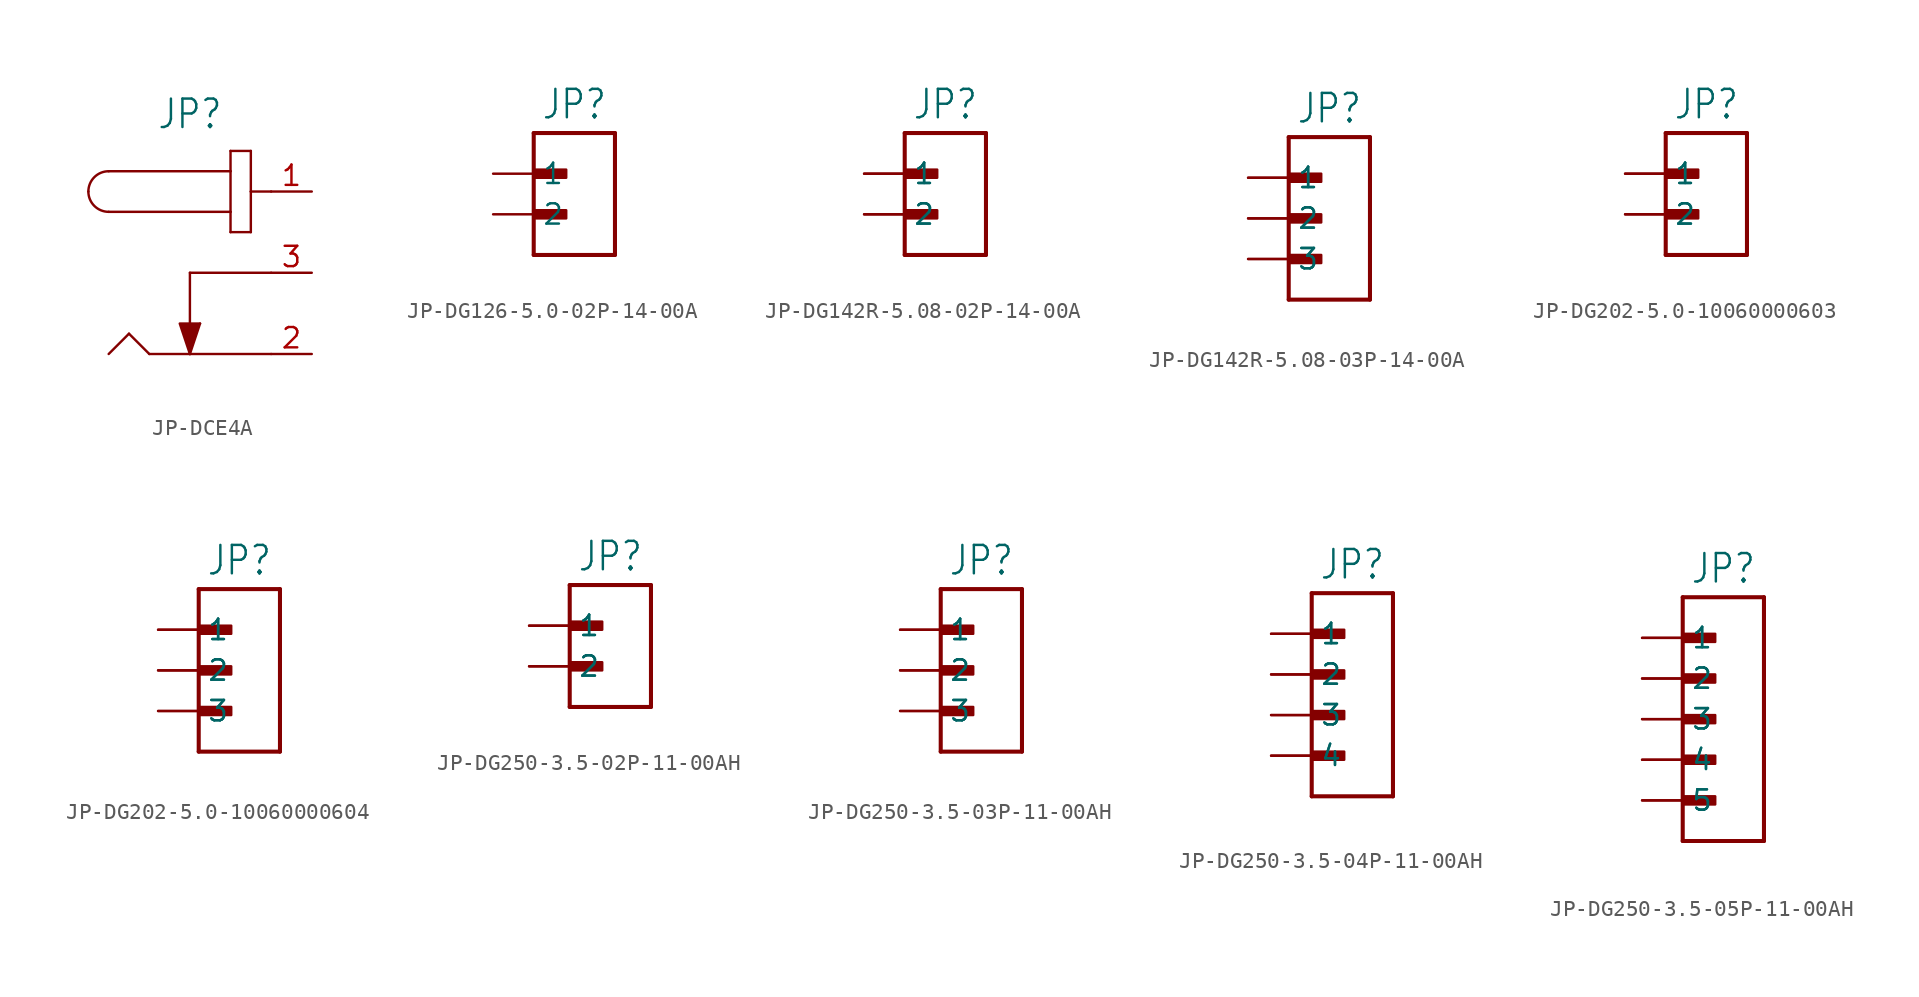
<source format=kicad_sym>
(kicad_symbol_lib
  (version 20231120)
  (generator "kicad_symbol_editor")
  (generator_version "8.0")
  (symbol "JP-DCE4A"
    (property "Reference" "JP"
      (at 0 8.89 0)
      (effects (font (size 1.778 1.511)) (justify bottom)))
    (property "Value" ""
      (at 0 -6.35 0)
      (effects (font (size 1.778 1.511)) (justify top)))
    (property "ki_locked" ""
      (at 0 0 0)
      (effects (font (size 1.27 1.27))))
    (symbol "JP-DCE4A_1_0"
      (arc (start -6.35 5.08) (mid -5.978 4.182) (end -5.08 3.81) (stroke (width 0.1524) (type solid)) (fill (type none)))
      (arc (start -5.08 6.35) (mid -5.978 5.978) (end -6.35 5.08) (stroke (width 0.1524) (type solid)) (fill (type none)))
      (polyline (pts (xy -5.08 3.81) (xy 2.54 3.81)) (stroke (width 0.152) (type solid)) (fill (type none)))
      (polyline (pts (xy -3.81 -3.81) (xy -5.08 -5.08)) (stroke (width 0.152) (type solid)) (fill (type none)))
      (polyline (pts (xy -2.54 -5.08) (xy -3.81 -3.81)) (stroke (width 0.152) (type solid)) (fill (type none)))
      (polyline (pts (xy 0 -5.08) (xy -2.54 -5.08)) (stroke (width 0.152) (type solid)) (fill (type none)))
      (polyline (pts (xy 0 -5.08) (xy 0.635 -3.175)) (stroke (width 0.152) (type solid)) (fill (type none)))
      (polyline (pts (xy 0 0) (xy 0 -5.08)) (stroke (width 0.152) (type solid)) (fill (type none)))
      (polyline (pts (xy 2.54 2.54) (xy 3.81 2.54)) (stroke (width 0.152) (type solid)) (fill (type none)))
      (polyline (pts (xy 2.54 3.81) (xy 2.54 2.54)) (stroke (width 0.152) (type solid)) (fill (type none)))
      (polyline (pts (xy 2.54 6.35) (xy -5.08 6.35)) (stroke (width 0.152) (type solid)) (fill (type none)))
      (polyline (pts (xy 2.54 6.35) (xy 2.54 3.81)) (stroke (width 0.152) (type solid)) (fill (type none)))
      (polyline (pts (xy 2.54 7.62) (xy 2.54 6.35)) (stroke (width 0.152) (type solid)) (fill (type none)))
      (polyline (pts (xy 3.81 2.54) (xy 3.81 5.08)) (stroke (width 0.152) (type solid)) (fill (type none)))
      (polyline (pts (xy 3.81 5.08) (xy 3.81 7.62)) (stroke (width 0.152) (type solid)) (fill (type none)))
      (polyline (pts (xy 3.81 7.62) (xy 2.54 7.62)) (stroke (width 0.152) (type solid)) (fill (type none)))
      (polyline (pts (xy 5.08 -5.08) (xy 0 -5.08)) (stroke (width 0.152) (type solid)) (fill (type none)))
      (polyline (pts (xy 5.08 0) (xy 0 0)) (stroke (width 0.152) (type solid)) (fill (type none)))
      (polyline (pts (xy 5.08 5.08) (xy 3.81 5.08)) (stroke (width 0.152) (type solid)) (fill (type none)))
      (polyline (pts (xy 0 -5.08) (xy -0.635 -3.175) (xy 0.635 -3.175)) (stroke (width 0.152) (type solid)) (fill (type outline)))
      (pin passive line (at 7.62 5.08 180) (length 2.54) (name "1" (effects (font (size 0 0)))) (number "1" (effects (font (size 1.27 1.27)))))
      (pin passive line (at 7.62 -5.08 180) (length 2.54) (name "2" (effects (font (size 0 0)))) (number "2" (effects (font (size 1.27 1.27)))))
      (pin passive line (at 7.62 0 180) (length 2.54) (name "3" (effects (font (size 0 0)))) (number "3" (effects (font (size 1.27 1.27)))))))
  (symbol "JP-DG126-5.0-02P-14-00A"
    (property "Reference" "JP"
      (at 0 3.302 0)
      (effects (font (size 1.778 1.511)) (justify bottom)))
    (property "Value" ""
      (at 0 -5.842 0)
      (effects (font (size 1.778 1.511)) (justify top)))
    (property "ki_locked" ""
      (at 0 0 0)
      (effects (font (size 1.27 1.27))))
    (symbol "JP-DG126-5.0-02P-14-00A_1_0"
      (rectangle (start -2.54 -2.794) (end -0.508 -2.286) (stroke (width 0) (type default)) (fill (type outline)))
      (rectangle (start -2.54 -0.254) (end -0.508 0.254) (stroke (width 0) (type default)) (fill (type outline)))
      (polyline (pts (xy -2.54 -5.08) (xy -2.54 2.54)) (stroke (width 0.254) (type solid)) (fill (type none)))
      (polyline (pts (xy -2.54 2.54) (xy 2.54 2.54)) (stroke (width 0.254) (type solid)) (fill (type none)))
      (polyline (pts (xy 2.54 -5.08) (xy -2.54 -5.08)) (stroke (width 0.254) (type solid)) (fill (type none)))
      (polyline (pts (xy 2.54 2.54) (xy 2.54 -5.08)) (stroke (width 0.254) (type solid)) (fill (type none)))
      (pin passive line (at -5.08 0 0) (length 2.54) (name "1" (effects (font (size 1.27 1.27)))) (number "1" (effects (font (size 0 0)))))
      (pin passive line (at -5.08 -2.54 0) (length 2.54) (name "2" (effects (font (size 1.27 1.27)))) (number "2" (effects (font (size 0 0)))))))
  (symbol "JP-DG142R-5.08-02P-14-00A"
    (property "Reference" "JP"
      (at 0 3.302 0)
      (effects (font (size 1.778 1.511)) (justify bottom)))
    (property "Value" ""
      (at 0 -5.842 0)
      (effects (font (size 1.778 1.511)) (justify top)))
    (property "ki_locked" ""
      (at 0 0 0)
      (effects (font (size 1.27 1.27))))
    (symbol "JP-DG142R-5.08-02P-14-00A_1_0"
      (rectangle (start -2.54 -2.794) (end -0.508 -2.286) (stroke (width 0) (type default)) (fill (type outline)))
      (rectangle (start -2.54 -0.254) (end -0.508 0.254) (stroke (width 0) (type default)) (fill (type outline)))
      (polyline (pts (xy -2.54 -5.08) (xy -2.54 2.54)) (stroke (width 0.254) (type solid)) (fill (type none)))
      (polyline (pts (xy -2.54 2.54) (xy 2.54 2.54)) (stroke (width 0.254) (type solid)) (fill (type none)))
      (polyline (pts (xy 2.54 -5.08) (xy -2.54 -5.08)) (stroke (width 0.254) (type solid)) (fill (type none)))
      (polyline (pts (xy 2.54 2.54) (xy 2.54 -5.08)) (stroke (width 0.254) (type solid)) (fill (type none)))
      (pin passive line (at -5.08 0 0) (length 2.54) (name "1" (effects (font (size 1.27 1.27)))) (number "1" (effects (font (size 0 0)))))
      (pin passive line (at -5.08 0 0) (length 2.54) (name "1" (effects (font (size 1.27 1.27)))) (number "2" (effects (font (size 0 0)))))
      (pin passive line (at -5.08 -2.54 0) (length 2.54) (name "2" (effects (font (size 1.27 1.27)))) (number "3" (effects (font (size 0 0)))))
      (pin passive line (at -5.08 -2.54 0) (length 2.54) (name "2" (effects (font (size 1.27 1.27)))) (number "4" (effects (font (size 0 0)))))))
  (symbol "JP-DG142R-5.08-03P-14-00A"
    (property "Reference" "JP"
      (at 0 5.842 0)
      (effects (font (size 1.778 1.511)) (justify bottom)))
    (property "Value" ""
      (at 0 -5.842 0)
      (effects (font (size 1.778 1.511)) (justify top)))
    (property "ki_locked" ""
      (at 0 0 0)
      (effects (font (size 1.27 1.27))))
    (symbol "JP-DG142R-5.08-03P-14-00A_1_0"
      (rectangle (start -2.54 -2.794) (end -0.508 -2.286) (stroke (width 0) (type default)) (fill (type outline)))
      (rectangle (start -2.54 -0.254) (end -0.508 0.254) (stroke (width 0) (type default)) (fill (type outline)))
      (rectangle (start -2.54 2.286) (end -0.508 2.794) (stroke (width 0) (type default)) (fill (type outline)))
      (polyline (pts (xy -2.54 -5.08) (xy -2.54 5.08)) (stroke (width 0.254) (type solid)) (fill (type none)))
      (polyline (pts (xy -2.54 5.08) (xy 2.54 5.08)) (stroke (width 0.254) (type solid)) (fill (type none)))
      (polyline (pts (xy 2.54 -5.08) (xy -2.54 -5.08)) (stroke (width 0.254) (type solid)) (fill (type none)))
      (polyline (pts (xy 2.54 5.08) (xy 2.54 -5.08)) (stroke (width 0.254) (type solid)) (fill (type none)))
      (pin passive line (at -5.08 2.54 0) (length 2.54) (name "1" (effects (font (size 1.27 1.27)))) (number "1" (effects (font (size 0 0)))))
      (pin passive line (at -5.08 2.54 0) (length 2.54) (name "1" (effects (font (size 1.27 1.27)))) (number "2" (effects (font (size 0 0)))))
      (pin passive line (at -5.08 0 0) (length 2.54) (name "2" (effects (font (size 1.27 1.27)))) (number "3" (effects (font (size 0 0)))))
      (pin passive line (at -5.08 0 0) (length 2.54) (name "2" (effects (font (size 1.27 1.27)))) (number "4" (effects (font (size 0 0)))))
      (pin passive line (at -5.08 -2.54 0) (length 2.54) (name "3" (effects (font (size 1.27 1.27)))) (number "5" (effects (font (size 0 0)))))
      (pin passive line (at -5.08 -2.54 0) (length 2.54) (name "3" (effects (font (size 1.27 1.27)))) (number "6" (effects (font (size 0 0)))))))
  (symbol "JP-DG202-5.0-10060000603"
    (property "Reference" "JP"
      (at 0 3.302 0)
      (effects (font (size 1.778 1.511)) (justify bottom)))
    (property "Value" ""
      (at 0 -5.842 0)
      (effects (font (size 1.778 1.511)) (justify top)))
    (property "ki_locked" ""
      (at 0 0 0)
      (effects (font (size 1.27 1.27))))
    (symbol "JP-DG202-5.0-10060000603_1_0"
      (rectangle (start -2.54 -2.794) (end -0.508 -2.286) (stroke (width 0) (type default)) (fill (type outline)))
      (rectangle (start -2.54 -0.254) (end -0.508 0.254) (stroke (width 0) (type default)) (fill (type outline)))
      (polyline (pts (xy -2.54 -5.08) (xy -2.54 2.54)) (stroke (width 0.254) (type solid)) (fill (type none)))
      (polyline (pts (xy -2.54 2.54) (xy 2.54 2.54)) (stroke (width 0.254) (type solid)) (fill (type none)))
      (polyline (pts (xy 2.54 -5.08) (xy -2.54 -5.08)) (stroke (width 0.254) (type solid)) (fill (type none)))
      (polyline (pts (xy 2.54 2.54) (xy 2.54 -5.08)) (stroke (width 0.254) (type solid)) (fill (type none)))
      (pin passive line (at -5.08 0 0) (length 2.54) (name "1" (effects (font (size 1.27 1.27)))) (number "1" (effects (font (size 0 0)))))
      (pin passive line (at -5.08 0 0) (length 2.54) (name "1" (effects (font (size 1.27 1.27)))) (number "2" (effects (font (size 0 0)))))
      (pin passive line (at -5.08 -2.54 0) (length 2.54) (name "2" (effects (font (size 1.27 1.27)))) (number "3" (effects (font (size 0 0)))))
      (pin passive line (at -5.08 -2.54 0) (length 2.54) (name "2" (effects (font (size 1.27 1.27)))) (number "4" (effects (font (size 0 0)))))))
  (symbol "JP-DG202-5.0-10060000604"
    (property "Reference" "JP"
      (at 0 5.842 0)
      (effects (font (size 1.778 1.511)) (justify bottom)))
    (property "Value" ""
      (at 0 -5.842 0)
      (effects (font (size 1.778 1.511)) (justify top)))
    (property "ki_locked" ""
      (at 0 0 0)
      (effects (font (size 1.27 1.27))))
    (symbol "JP-DG202-5.0-10060000604_1_0"
      (rectangle (start -2.54 -2.794) (end -0.508 -2.286) (stroke (width 0) (type default)) (fill (type outline)))
      (rectangle (start -2.54 -0.254) (end -0.508 0.254) (stroke (width 0) (type default)) (fill (type outline)))
      (rectangle (start -2.54 2.286) (end -0.508 2.794) (stroke (width 0) (type default)) (fill (type outline)))
      (polyline (pts (xy -2.54 -5.08) (xy -2.54 5.08)) (stroke (width 0.254) (type solid)) (fill (type none)))
      (polyline (pts (xy -2.54 5.08) (xy 2.54 5.08)) (stroke (width 0.254) (type solid)) (fill (type none)))
      (polyline (pts (xy 2.54 -5.08) (xy -2.54 -5.08)) (stroke (width 0.254) (type solid)) (fill (type none)))
      (polyline (pts (xy 2.54 5.08) (xy 2.54 -5.08)) (stroke (width 0.254) (type solid)) (fill (type none)))
      (pin passive line (at -5.08 2.54 0) (length 2.54) (name "1" (effects (font (size 1.27 1.27)))) (number "1" (effects (font (size 0 0)))))
      (pin passive line (at -5.08 2.54 0) (length 2.54) (name "1" (effects (font (size 1.27 1.27)))) (number "2" (effects (font (size 0 0)))))
      (pin passive line (at -5.08 0 0) (length 2.54) (name "2" (effects (font (size 1.27 1.27)))) (number "3" (effects (font (size 0 0)))))
      (pin passive line (at -5.08 0 0) (length 2.54) (name "2" (effects (font (size 1.27 1.27)))) (number "4" (effects (font (size 0 0)))))
      (pin passive line (at -5.08 -2.54 0) (length 2.54) (name "3" (effects (font (size 1.27 1.27)))) (number "5" (effects (font (size 0 0)))))
      (pin passive line (at -5.08 -2.54 0) (length 2.54) (name "3" (effects (font (size 1.27 1.27)))) (number "6" (effects (font (size 0 0)))))))
  (symbol "JP-DG250-3.5-02P-11-00AH"
    (property "Reference" "JP"
      (at 0 3.302 0)
      (effects (font (size 1.778 1.511)) (justify bottom)))
    (property "Value" ""
      (at 0 -5.842 0)
      (effects (font (size 1.778 1.511)) (justify top)))
    (property "ki_locked" ""
      (at 0 0 0)
      (effects (font (size 1.27 1.27))))
    (symbol "JP-DG250-3.5-02P-11-00AH_1_0"
      (rectangle (start -2.54 -2.794) (end -0.508 -2.286) (stroke (width 0) (type default)) (fill (type outline)))
      (rectangle (start -2.54 -0.254) (end -0.508 0.254) (stroke (width 0) (type default)) (fill (type outline)))
      (polyline (pts (xy -2.54 -5.08) (xy -2.54 2.54)) (stroke (width 0.254) (type solid)) (fill (type none)))
      (polyline (pts (xy -2.54 2.54) (xy 2.54 2.54)) (stroke (width 0.254) (type solid)) (fill (type none)))
      (polyline (pts (xy 2.54 -5.08) (xy -2.54 -5.08)) (stroke (width 0.254) (type solid)) (fill (type none)))
      (polyline (pts (xy 2.54 2.54) (xy 2.54 -5.08)) (stroke (width 0.254) (type solid)) (fill (type none)))
      (pin passive line (at -5.08 0 0) (length 2.54) (name "1" (effects (font (size 1.27 1.27)))) (number "1A" (effects (font (size 0 0)))))
      (pin passive line (at -5.08 0 0) (length 2.54) (name "1" (effects (font (size 1.27 1.27)))) (number "1B" (effects (font (size 0 0)))))
      (pin passive line (at -5.08 -2.54 0) (length 2.54) (name "2" (effects (font (size 1.27 1.27)))) (number "2A" (effects (font (size 0 0)))))
      (pin passive line (at -5.08 -2.54 0) (length 2.54) (name "2" (effects (font (size 1.27 1.27)))) (number "2B" (effects (font (size 0 0)))))))
  (symbol "JP-DG250-3.5-03P-11-00AH"
    (property "Reference" "JP"
      (at 0 5.842 0)
      (effects (font (size 1.778 1.511)) (justify bottom)))
    (property "Value" ""
      (at 0 -5.842 0)
      (effects (font (size 1.778 1.511)) (justify top)))
    (property "ki_locked" ""
      (at 0 0 0)
      (effects (font (size 1.27 1.27))))
    (symbol "JP-DG250-3.5-03P-11-00AH_1_0"
      (rectangle (start -2.54 -2.794) (end -0.508 -2.286) (stroke (width 0) (type default)) (fill (type outline)))
      (rectangle (start -2.54 -0.254) (end -0.508 0.254) (stroke (width 0) (type default)) (fill (type outline)))
      (rectangle (start -2.54 2.286) (end -0.508 2.794) (stroke (width 0) (type default)) (fill (type outline)))
      (polyline (pts (xy -2.54 -5.08) (xy -2.54 5.08)) (stroke (width 0.254) (type solid)) (fill (type none)))
      (polyline (pts (xy -2.54 5.08) (xy 2.54 5.08)) (stroke (width 0.254) (type solid)) (fill (type none)))
      (polyline (pts (xy 2.54 -5.08) (xy -2.54 -5.08)) (stroke (width 0.254) (type solid)) (fill (type none)))
      (polyline (pts (xy 2.54 5.08) (xy 2.54 -5.08)) (stroke (width 0.254) (type solid)) (fill (type none)))
      (pin passive line (at -5.08 2.54 0) (length 2.54) (name "1" (effects (font (size 1.27 1.27)))) (number "1A" (effects (font (size 0 0)))))
      (pin passive line (at -5.08 2.54 0) (length 2.54) (name "1" (effects (font (size 1.27 1.27)))) (number "1B" (effects (font (size 0 0)))))
      (pin passive line (at -5.08 0 0) (length 2.54) (name "2" (effects (font (size 1.27 1.27)))) (number "2A" (effects (font (size 0 0)))))
      (pin passive line (at -5.08 0 0) (length 2.54) (name "2" (effects (font (size 1.27 1.27)))) (number "2B" (effects (font (size 0 0)))))
      (pin passive line (at -5.08 -2.54 0) (length 2.54) (name "3" (effects (font (size 1.27 1.27)))) (number "3A" (effects (font (size 0 0)))))
      (pin passive line (at -5.08 -2.54 0) (length 2.54) (name "3" (effects (font (size 1.27 1.27)))) (number "3B" (effects (font (size 0 0)))))))
  (symbol "JP-DG250-3.5-04P-11-00AH"
    (property "Reference" "JP"
      (at 0 8.382 0)
      (effects (font (size 1.778 1.511)) (justify bottom)))
    (property "Value" ""
      (at 0 -5.842 0)
      (effects (font (size 1.778 1.511)) (justify top)))
    (property "ki_locked" ""
      (at 0 0 0)
      (effects (font (size 1.27 1.27))))
    (symbol "JP-DG250-3.5-04P-11-00AH_1_0"
      (rectangle (start -2.54 -2.794) (end -0.508 -2.286) (stroke (width 0) (type default)) (fill (type outline)))
      (rectangle (start -2.54 -0.254) (end -0.508 0.254) (stroke (width 0) (type default)) (fill (type outline)))
      (rectangle (start -2.54 2.286) (end -0.508 2.794) (stroke (width 0) (type default)) (fill (type outline)))
      (rectangle (start -2.54 4.826) (end -0.508 5.334) (stroke (width 0) (type default)) (fill (type outline)))
      (polyline (pts (xy -2.54 -5.08) (xy -2.54 7.62)) (stroke (width 0.254) (type solid)) (fill (type none)))
      (polyline (pts (xy -2.54 7.62) (xy 2.54 7.62)) (stroke (width 0.254) (type solid)) (fill (type none)))
      (polyline (pts (xy 2.54 -5.08) (xy -2.54 -5.08)) (stroke (width 0.254) (type solid)) (fill (type none)))
      (polyline (pts (xy 2.54 7.62) (xy 2.54 -5.08)) (stroke (width 0.254) (type solid)) (fill (type none)))
      (pin passive line (at -5.08 5.08 0) (length 2.54) (name "1" (effects (font (size 1.27 1.27)))) (number "1A" (effects (font (size 0 0)))))
      (pin passive line (at -5.08 5.08 0) (length 2.54) (name "1" (effects (font (size 1.27 1.27)))) (number "1B" (effects (font (size 0 0)))))
      (pin passive line (at -5.08 2.54 0) (length 2.54) (name "2" (effects (font (size 1.27 1.27)))) (number "2A" (effects (font (size 0 0)))))
      (pin passive line (at -5.08 2.54 0) (length 2.54) (name "2" (effects (font (size 1.27 1.27)))) (number "2B" (effects (font (size 0 0)))))
      (pin passive line (at -5.08 0 0) (length 2.54) (name "3" (effects (font (size 1.27 1.27)))) (number "3A" (effects (font (size 0 0)))))
      (pin passive line (at -5.08 0 0) (length 2.54) (name "3" (effects (font (size 1.27 1.27)))) (number "3B" (effects (font (size 0 0)))))
      (pin passive line (at -5.08 -2.54 0) (length 2.54) (name "4" (effects (font (size 1.27 1.27)))) (number "4A" (effects (font (size 0 0)))))
      (pin passive line (at -5.08 -2.54 0) (length 2.54) (name "4" (effects (font (size 1.27 1.27)))) (number "4B" (effects (font (size 0 0)))))))
  (symbol "JP-DG250-3.5-05P-11-00AH"
    (property "Reference" "JP"
      (at 0 8.382 0)
      (effects (font (size 1.778 1.511)) (justify bottom)))
    (property "Value" ""
      (at 0 -8.382 0)
      (effects (font (size 1.778 1.511)) (justify top)))
    (property "ki_locked" ""
      (at 0 0 0)
      (effects (font (size 1.27 1.27))))
    (symbol "JP-DG250-3.5-05P-11-00AH_1_0"
      (rectangle (start -2.54 -5.334) (end -0.508 -4.826) (stroke (width 0) (type default)) (fill (type outline)))
      (rectangle (start -2.54 -2.794) (end -0.508 -2.286) (stroke (width 0) (type default)) (fill (type outline)))
      (rectangle (start -2.54 -0.254) (end -0.508 0.254) (stroke (width 0) (type default)) (fill (type outline)))
      (rectangle (start -2.54 2.286) (end -0.508 2.794) (stroke (width 0) (type default)) (fill (type outline)))
      (rectangle (start -2.54 4.826) (end -0.508 5.334) (stroke (width 0) (type default)) (fill (type outline)))
      (polyline (pts (xy -2.54 -7.62) (xy -2.54 7.62)) (stroke (width 0.254) (type solid)) (fill (type none)))
      (polyline (pts (xy -2.54 7.62) (xy 2.54 7.62)) (stroke (width 0.254) (type solid)) (fill (type none)))
      (polyline (pts (xy 2.54 -7.62) (xy -2.54 -7.62)) (stroke (width 0.254) (type solid)) (fill (type none)))
      (polyline (pts (xy 2.54 7.62) (xy 2.54 -7.62)) (stroke (width 0.254) (type solid)) (fill (type none)))
      (pin passive line (at -5.08 5.08 0) (length 2.54) (name "1" (effects (font (size 1.27 1.27)))) (number "1A" (effects (font (size 0 0)))))
      (pin passive line (at -5.08 5.08 0) (length 2.54) (name "1" (effects (font (size 1.27 1.27)))) (number "1B" (effects (font (size 0 0)))))
      (pin passive line (at -5.08 2.54 0) (length 2.54) (name "2" (effects (font (size 1.27 1.27)))) (number "2A" (effects (font (size 0 0)))))
      (pin passive line (at -5.08 2.54 0) (length 2.54) (name "2" (effects (font (size 1.27 1.27)))) (number "2B" (effects (font (size 0 0)))))
      (pin passive line (at -5.08 0 0) (length 2.54) (name "3" (effects (font (size 1.27 1.27)))) (number "3A" (effects (font (size 0 0)))))
      (pin passive line (at -5.08 0 0) (length 2.54) (name "3" (effects (font (size 1.27 1.27)))) (number "3B" (effects (font (size 0 0)))))
      (pin passive line (at -5.08 -2.54 0) (length 2.54) (name "4" (effects (font (size 1.27 1.27)))) (number "4A" (effects (font (size 0 0)))))
      (pin passive line (at -5.08 -2.54 0) (length 2.54) (name "4" (effects (font (size 1.27 1.27)))) (number "4B" (effects (font (size 0 0)))))
      (pin passive line (at -5.08 -5.08 0) (length 2.54) (name "5" (effects (font (size 1.27 1.27)))) (number "5A" (effects (font (size 0 0)))))
      (pin passive line (at -5.08 -5.08 0) (length 2.54) (name "5" (effects (font (size 1.27 1.27)))) (number "5B" (effects (font (size 0 0))))))))
</source>
